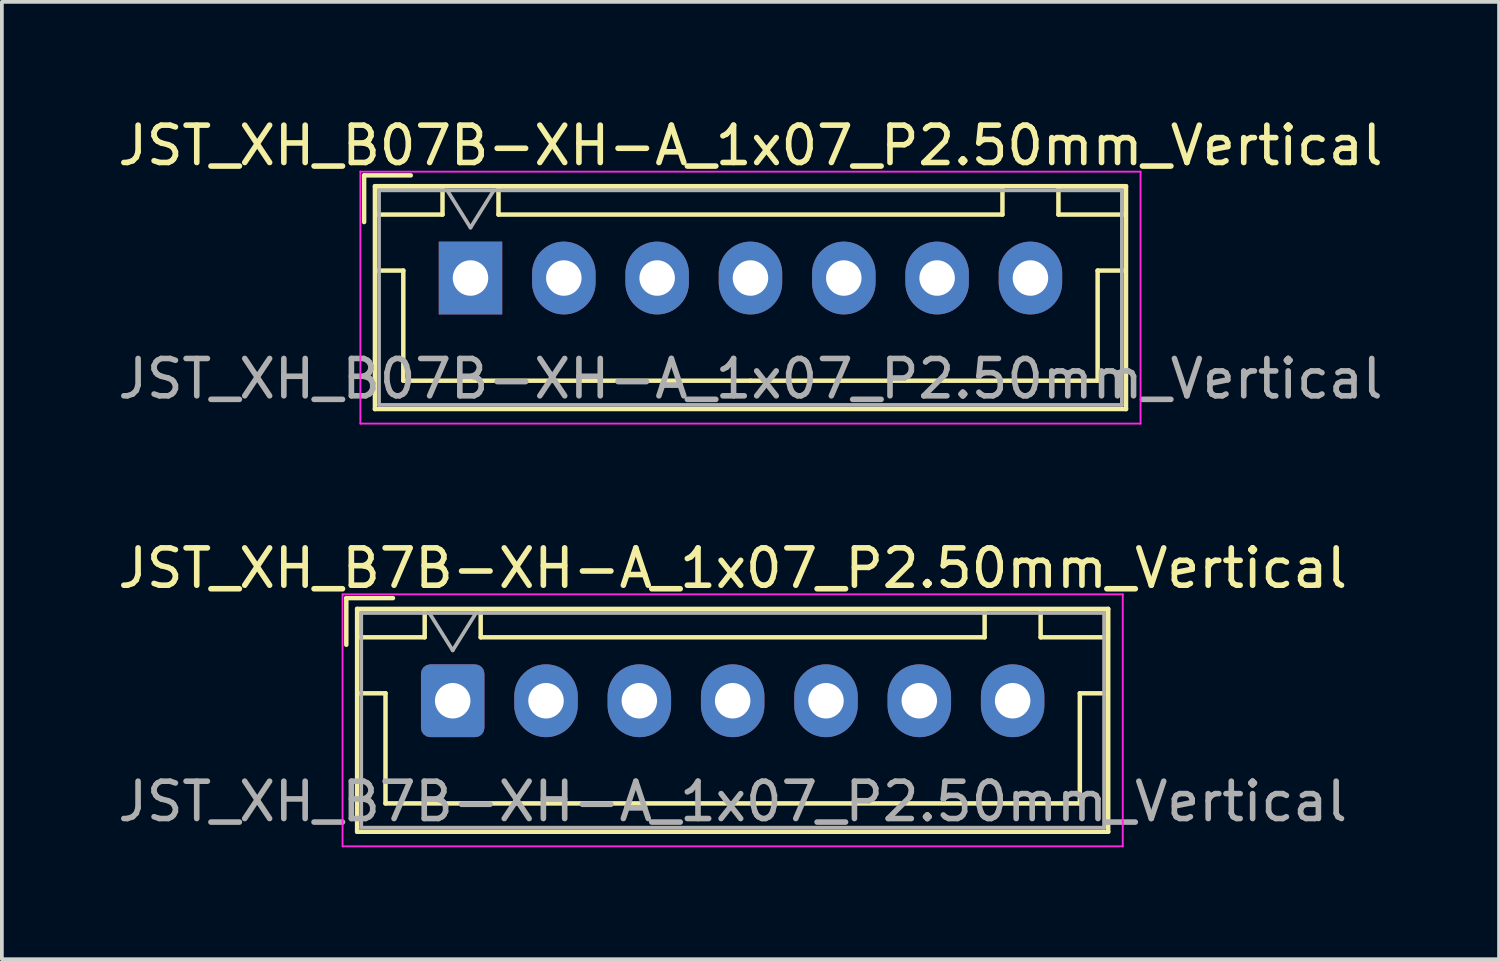
<source format=kicad_pcb>
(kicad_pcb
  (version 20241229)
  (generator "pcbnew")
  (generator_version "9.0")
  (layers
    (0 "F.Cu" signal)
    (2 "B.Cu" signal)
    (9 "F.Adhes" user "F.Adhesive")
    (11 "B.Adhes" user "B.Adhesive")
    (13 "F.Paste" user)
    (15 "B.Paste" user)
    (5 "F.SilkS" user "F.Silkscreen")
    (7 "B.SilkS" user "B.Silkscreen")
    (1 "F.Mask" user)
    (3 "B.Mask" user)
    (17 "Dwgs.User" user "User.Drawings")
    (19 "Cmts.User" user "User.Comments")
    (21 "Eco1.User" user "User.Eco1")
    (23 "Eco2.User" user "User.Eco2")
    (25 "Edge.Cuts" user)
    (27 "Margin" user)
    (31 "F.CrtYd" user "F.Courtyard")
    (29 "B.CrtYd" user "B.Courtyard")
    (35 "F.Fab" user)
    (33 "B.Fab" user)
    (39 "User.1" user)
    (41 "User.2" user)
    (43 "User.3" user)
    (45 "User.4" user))
  (footprint "JST_XH_B7B-XH-A_1x07_P2.50mm_Vertical"
    (layer "F.Cu")
    (at 9.077 15.722)
    (property "Reference" "JST_XH_B7B-XH-A_1x07_P2.50mm_Vertical" (at 7.5 -3.55 0) (layer "F.SilkS") (effects (font (size 1 1) (thickness 0.15))))
    (attr through_hole)
    (fp_line (start -2.85 -2.75) (end -2.85 -1.5) (stroke (width 0.12) (type solid)) (layer "F.SilkS"))
    (fp_line (start -2.56 -2.46) (end -2.56 3.51) (stroke (width 0.12) (type solid)) (layer "F.SilkS"))
    (fp_line (start -2.56 3.51) (end 17.56 3.51) (stroke (width 0.12) (type solid)) (layer "F.SilkS"))
    (fp_line (start -2.55 -2.45) (end -2.55 -1.7) (stroke (width 0.12) (type solid)) (layer "F.SilkS"))
    (fp_line (start -2.55 -1.7) (end -0.75 -1.7) (stroke (width 0.12) (type solid)) (layer "F.SilkS"))
    (fp_line (start -2.55 -0.2) (end -1.8 -0.2) (stroke (width 0.12) (type solid)) (layer "F.SilkS"))
    (fp_line (start -1.8 -0.2) (end -1.8 2.75) (stroke (width 0.12) (type solid)) (layer "F.SilkS"))
    (fp_line (start -1.8 2.75) (end 7.5 2.75) (stroke (width 0.12) (type solid)) (layer "F.SilkS"))
    (fp_line (start -1.6 -2.75) (end -2.85 -2.75) (stroke (width 0.12) (type solid)) (layer "F.SilkS"))
    (fp_line (start -0.75 -2.45) (end -2.55 -2.45) (stroke (width 0.12) (type solid)) (layer "F.SilkS"))
    (fp_line (start -0.75 -1.7) (end -0.75 -2.45) (stroke (width 0.12) (type solid)) (layer "F.SilkS"))
    (fp_line (start 0.75 -2.45) (end 0.75 -1.7) (stroke (width 0.12) (type solid)) (layer "F.SilkS"))
    (fp_line (start 0.75 -1.7) (end 14.25 -1.7) (stroke (width 0.12) (type solid)) (layer "F.SilkS"))
    (fp_line (start 14.25 -2.45) (end 0.75 -2.45) (stroke (width 0.12) (type solid)) (layer "F.SilkS"))
    (fp_line (start 14.25 -1.7) (end 14.25 -2.45) (stroke (width 0.12) (type solid)) (layer "F.SilkS"))
    (fp_line (start 15.75 -2.45) (end 15.75 -1.7) (stroke (width 0.12) (type solid)) (layer "F.SilkS"))
    (fp_line (start 15.75 -1.7) (end 17.55 -1.7) (stroke (width 0.12) (type solid)) (layer "F.SilkS"))
    (fp_line (start 16.8 -0.2) (end 16.8 2.75) (stroke (width 0.12) (type solid)) (layer "F.SilkS"))
    (fp_line (start 16.8 2.75) (end 7.5 2.75) (stroke (width 0.12) (type solid)) (layer "F.SilkS"))
    (fp_line (start 17.55 -2.45) (end 15.75 -2.45) (stroke (width 0.12) (type solid)) (layer "F.SilkS"))
    (fp_line (start 17.55 -1.7) (end 17.55 -2.45) (stroke (width 0.12) (type solid)) (layer "F.SilkS"))
    (fp_line (start 17.55 -0.2) (end 16.8 -0.2) (stroke (width 0.12) (type solid)) (layer "F.SilkS"))
    (fp_line (start 17.56 -2.46) (end -2.56 -2.46) (stroke (width 0.12) (type solid)) (layer "F.SilkS"))
    (fp_line (start 17.56 3.51) (end 17.56 -2.46) (stroke (width 0.12) (type solid)) (layer "F.SilkS"))
    (fp_line (start -2.95 -2.85) (end -2.95 3.9) (stroke (width 0.05) (type solid)) (layer "F.CrtYd"))
    (fp_line (start -2.95 3.9) (end 17.95 3.9) (stroke (width 0.05) (type solid)) (layer "F.CrtYd"))
    (fp_line (start 17.95 -2.85) (end -2.95 -2.85) (stroke (width 0.05) (type solid)) (layer "F.CrtYd"))
    (fp_line (start 17.95 3.9) (end 17.95 -2.85) (stroke (width 0.05) (type solid)) (layer "F.CrtYd"))
    (fp_line (start -2.45 -2.35) (end -2.45 3.4) (stroke (width 0.1) (type solid)) (layer "F.Fab"))
    (fp_line (start -2.45 3.4) (end 17.45 3.4) (stroke (width 0.1) (type solid)) (layer "F.Fab"))
    (fp_line (start -0.625 -2.35) (end 0 -1.35) (stroke (width 0.1) (type solid)) (layer "F.Fab"))
    (fp_line (start 0 -1.35) (end 0.625 -2.35) (stroke (width 0.1) (type solid)) (layer "F.Fab"))
    (fp_line (start 17.45 -2.35) (end -2.45 -2.35) (stroke (width 0.1) (type solid)) (layer "F.Fab"))
    (fp_line (start 17.45 3.4) (end 17.45 -2.35) (stroke (width 0.1) (type solid)) (layer "F.Fab"))
    (fp_text user "${REFERENCE}" (at 7.5 2.7 0) (layer "F.Fab") (effects (font (size 1 1) (thickness 0.15))))
    (pad "1" thru_hole roundrect (at 0 0) (size 1.7 1.95) (drill 0.95) (layers "*.Cu" "*.Mask") (roundrect_rratio 0.147))
    (pad "2" thru_hole oval (at 2.5 0) (size 1.7 1.95) (drill 0.95) (layers "*.Cu" "*.Mask"))
    (pad "3" thru_hole oval (at 5 0) (size 1.7 1.95) (drill 0.95) (layers "*.Cu" "*.Mask"))
    (pad "4" thru_hole oval (at 7.5 0) (size 1.7 1.95) (drill 0.95) (layers "*.Cu" "*.Mask"))
    (pad "5" thru_hole oval (at 10 0) (size 1.7 1.95) (drill 0.95) (layers "*.Cu" "*.Mask"))
    (pad "6" thru_hole oval (at 12.5 0) (size 1.7 1.95) (drill 0.95) (layers "*.Cu" "*.Mask"))
    (pad "7" thru_hole oval (at 15 0) (size 1.7 1.95) (drill 0.95) (layers "*.Cu" "*.Mask")))
  (footprint "JST_XH_B07B-XH-A_1x07_P2.50mm_Vertical"
    (layer "F.Cu")
    (at 9.554 4.398)
    (property "Reference" "JST_XH_B07B-XH-A_1x07_P2.50mm_Vertical" (at 7.5 -3.55 0) (layer "F.SilkS") (effects (font (size 1 1) (thickness 0.15))))
    (attr through_hole)
    (fp_line (start -2.85 -2.75) (end -2.85 -1.5) (stroke (width 0.12) (type solid)) (layer "F.SilkS"))
    (fp_line (start -2.56 -2.46) (end -2.56 3.51) (stroke (width 0.12) (type solid)) (layer "F.SilkS"))
    (fp_line (start -2.56 3.51) (end 17.56 3.51) (stroke (width 0.12) (type solid)) (layer "F.SilkS"))
    (fp_line (start -2.55 -2.45) (end -2.55 -1.7) (stroke (width 0.12) (type solid)) (layer "F.SilkS"))
    (fp_line (start -2.55 -1.7) (end -0.75 -1.7) (stroke (width 0.12) (type solid)) (layer "F.SilkS"))
    (fp_line (start -2.55 -0.2) (end -1.8 -0.2) (stroke (width 0.12) (type solid)) (layer "F.SilkS"))
    (fp_line (start -1.8 -0.2) (end -1.8 2.75) (stroke (width 0.12) (type solid)) (layer "F.SilkS"))
    (fp_line (start -1.8 2.75) (end 7.5 2.75) (stroke (width 0.12) (type solid)) (layer "F.SilkS"))
    (fp_line (start -1.6 -2.75) (end -2.85 -2.75) (stroke (width 0.12) (type solid)) (layer "F.SilkS"))
    (fp_line (start -0.75 -2.45) (end -2.55 -2.45) (stroke (width 0.12) (type solid)) (layer "F.SilkS"))
    (fp_line (start -0.75 -1.7) (end -0.75 -2.45) (stroke (width 0.12) (type solid)) (layer "F.SilkS"))
    (fp_line (start 0.75 -2.45) (end 0.75 -1.7) (stroke (width 0.12) (type solid)) (layer "F.SilkS"))
    (fp_line (start 0.75 -1.7) (end 14.25 -1.7) (stroke (width 0.12) (type solid)) (layer "F.SilkS"))
    (fp_line (start 14.25 -2.45) (end 0.75 -2.45) (stroke (width 0.12) (type solid)) (layer "F.SilkS"))
    (fp_line (start 14.25 -1.7) (end 14.25 -2.45) (stroke (width 0.12) (type solid)) (layer "F.SilkS"))
    (fp_line (start 15.75 -2.45) (end 15.75 -1.7) (stroke (width 0.12) (type solid)) (layer "F.SilkS"))
    (fp_line (start 15.75 -1.7) (end 17.55 -1.7) (stroke (width 0.12) (type solid)) (layer "F.SilkS"))
    (fp_line (start 16.8 -0.2) (end 16.8 2.75) (stroke (width 0.12) (type solid)) (layer "F.SilkS"))
    (fp_line (start 16.8 2.75) (end 7.5 2.75) (stroke (width 0.12) (type solid)) (layer "F.SilkS"))
    (fp_line (start 17.55 -2.45) (end 15.75 -2.45) (stroke (width 0.12) (type solid)) (layer "F.SilkS"))
    (fp_line (start 17.55 -1.7) (end 17.55 -2.45) (stroke (width 0.12) (type solid)) (layer "F.SilkS"))
    (fp_line (start 17.55 -0.2) (end 16.8 -0.2) (stroke (width 0.12) (type solid)) (layer "F.SilkS"))
    (fp_line (start 17.56 -2.46) (end -2.56 -2.46) (stroke (width 0.12) (type solid)) (layer "F.SilkS"))
    (fp_line (start 17.56 3.51) (end 17.56 -2.46) (stroke (width 0.12) (type solid)) (layer "F.SilkS"))
    (fp_line (start -2.95 -2.85) (end -2.95 3.9) (stroke (width 0.05) (type solid)) (layer "F.CrtYd"))
    (fp_line (start -2.95 3.9) (end 17.95 3.9) (stroke (width 0.05) (type solid)) (layer "F.CrtYd"))
    (fp_line (start 17.95 -2.85) (end -2.95 -2.85) (stroke (width 0.05) (type solid)) (layer "F.CrtYd"))
    (fp_line (start 17.95 3.9) (end 17.95 -2.85) (stroke (width 0.05) (type solid)) (layer "F.CrtYd"))
    (fp_line (start -2.45 -2.35) (end -2.45 3.4) (stroke (width 0.1) (type solid)) (layer "F.Fab"))
    (fp_line (start -2.45 3.4) (end 17.45 3.4) (stroke (width 0.1) (type solid)) (layer "F.Fab"))
    (fp_line (start -0.625 -2.35) (end 0 -1.35) (stroke (width 0.1) (type solid)) (layer "F.Fab"))
    (fp_line (start 0 -1.35) (end 0.625 -2.35) (stroke (width 0.1) (type solid)) (layer "F.Fab"))
    (fp_line (start 17.45 -2.35) (end -2.45 -2.35) (stroke (width 0.1) (type solid)) (layer "F.Fab"))
    (fp_line (start 17.45 3.4) (end 17.45 -2.35) (stroke (width 0.1) (type solid)) (layer "F.Fab"))
    (fp_text user "${REFERENCE}" (at 7.5 2.7 0) (layer "F.Fab") (effects (font (size 1 1) (thickness 0.15))))
    (pad "1" thru_hole rect (at 0 0) (size 1.7 1.95) (drill 0.95) (layers "*.Cu" "*.Mask"))
    (pad "2" thru_hole oval (at 2.5 0) (size 1.7 1.95) (drill 0.95) (layers "*.Cu" "*.Mask"))
    (pad "3" thru_hole oval (at 5 0) (size 1.7 1.95) (drill 0.95) (layers "*.Cu" "*.Mask"))
    (pad "4" thru_hole oval (at 7.5 0) (size 1.7 1.95) (drill 0.95) (layers "*.Cu" "*.Mask"))
    (pad "5" thru_hole oval (at 10 0) (size 1.7 1.95) (drill 0.95) (layers "*.Cu" "*.Mask"))
    (pad "6" thru_hole oval (at 12.5 0) (size 1.7 1.95) (drill 0.95) (layers "*.Cu" "*.Mask"))
    (pad "7" thru_hole oval (at 15 0) (size 1.7 1.95) (drill 0.95) (layers "*.Cu" "*.Mask")))
  (gr_rect
    (start -3 -3)
    (end 37.107 22.646)
    (stroke (width 0.1) (type default))
    (fill no)
    (layer "Edge.Cuts")))
</source>
